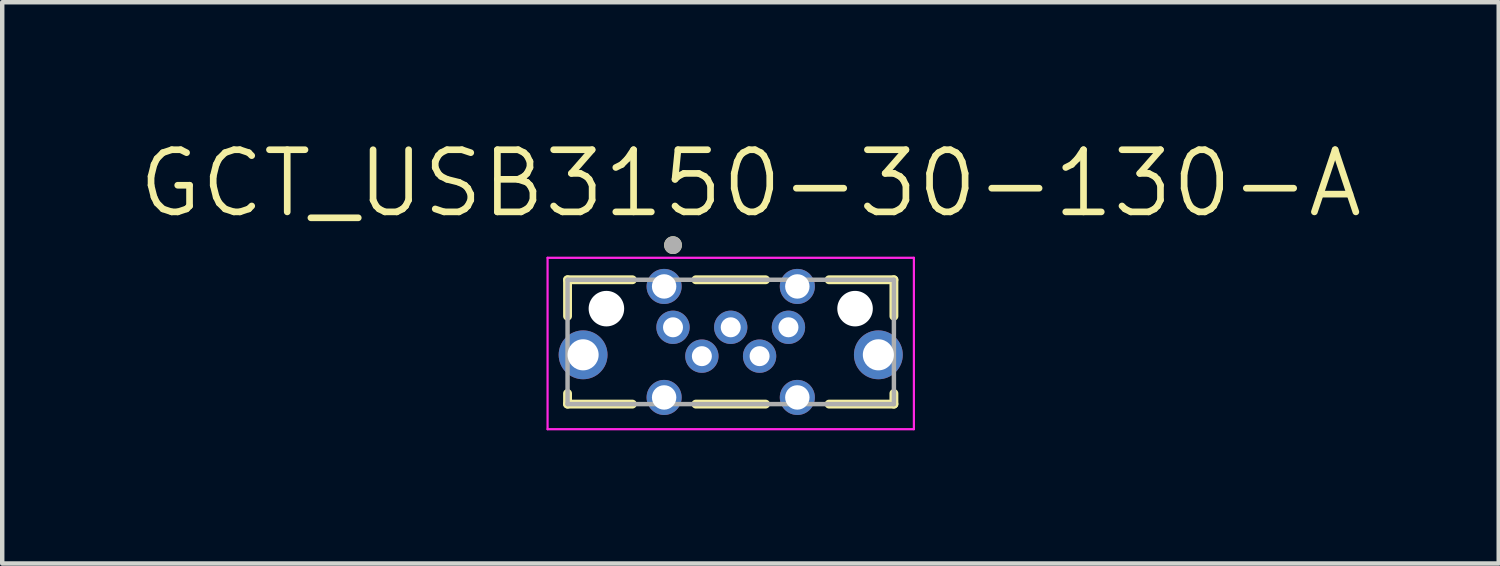
<source format=kicad_pcb>
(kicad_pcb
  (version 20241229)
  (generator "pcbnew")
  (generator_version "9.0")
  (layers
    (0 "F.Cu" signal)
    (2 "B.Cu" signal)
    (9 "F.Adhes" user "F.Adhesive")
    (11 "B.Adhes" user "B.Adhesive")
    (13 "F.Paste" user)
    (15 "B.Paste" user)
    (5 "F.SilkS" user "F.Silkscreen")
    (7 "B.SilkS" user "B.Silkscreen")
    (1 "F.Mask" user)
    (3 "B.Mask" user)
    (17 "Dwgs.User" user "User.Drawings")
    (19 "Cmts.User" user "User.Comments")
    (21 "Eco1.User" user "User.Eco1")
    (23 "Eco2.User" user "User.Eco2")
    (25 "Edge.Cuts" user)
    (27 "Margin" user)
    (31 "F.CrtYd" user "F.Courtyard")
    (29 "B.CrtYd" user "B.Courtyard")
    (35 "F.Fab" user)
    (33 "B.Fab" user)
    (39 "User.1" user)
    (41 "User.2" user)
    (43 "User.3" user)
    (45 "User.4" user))
  (footprint "GCT_USB3150-30-130-A"
    (layer "F.Cu")
    (at 13.407 4.971)
    (property "Reference" "GCT_USB3150-30-130-A" (at 0.445 -3.889 0) (layer "F.SilkS") (effects (font (size 1.4 1.4) (thickness 0.15))))
    (attr through_hole)
    (fp_line (start -3.675 -1.72) (end -3.675 -0.9) (stroke (width 0.2) (type solid)) (layer "F.SilkS"))
    (fp_line (start -3.675 -1.72) (end -2.215 -1.72) (stroke (width 0.2) (type solid)) (layer "F.SilkS"))
    (fp_line (start -3.675 0.84) (end -3.675 1.08) (stroke (width 0.2) (type solid)) (layer "F.SilkS"))
    (fp_line (start -3.675 1.08) (end -2.215 1.08) (stroke (width 0.2) (type solid)) (layer "F.SilkS"))
    (fp_line (start -0.785 -1.72) (end 0.785 -1.72) (stroke (width 0.2) (type solid)) (layer "F.SilkS"))
    (fp_line (start -0.785 1.08) (end 0.785 1.08) (stroke (width 0.2) (type solid)) (layer "F.SilkS"))
    (fp_line (start 2.215 -1.72) (end 3.675 -1.72) (stroke (width 0.2) (type solid)) (layer "F.SilkS"))
    (fp_line (start 2.215 1.08) (end 3.675 1.08) (stroke (width 0.2) (type solid)) (layer "F.SilkS"))
    (fp_line (start 3.675 -1.72) (end 3.675 -0.9) (stroke (width 0.2) (type solid)) (layer "F.SilkS"))
    (fp_line (start 3.675 0.84) (end 3.675 1.08) (stroke (width 0.2) (type solid)) (layer "F.SilkS"))
    (fp_circle (center -1.3 -2.5) (end -1.2 -2.5) (stroke (width 0.2) (type solid)) (fill no) (layer "F.SilkS"))
    (fp_line (start -4.125 -2.215) (end -4.125 1.645) (stroke (width 0.05) (type solid)) (layer "F.CrtYd"))
    (fp_line (start -4.125 -2.215) (end 4.125 -2.215) (stroke (width 0.05) (type solid)) (layer "F.CrtYd"))
    (fp_line (start 4.125 1.645) (end -4.125 1.645) (stroke (width 0.05) (type solid)) (layer "F.CrtYd"))
    (fp_line (start 4.125 1.645) (end 4.125 -2.215) (stroke (width 0.05) (type solid)) (layer "F.CrtYd"))
    (fp_line (start -3.675 -1.72) (end -3.675 1.08) (stroke (width 0.1) (type solid)) (layer "F.Fab"))
    (fp_line (start -3.675 -1.72) (end 3.675 -1.72) (stroke (width 0.1) (type solid)) (layer "F.Fab"))
    (fp_line (start 3.675 1.08) (end -3.675 1.08) (stroke (width 0.1) (type solid)) (layer "F.Fab"))
    (fp_line (start 3.675 1.08) (end 3.675 -1.72) (stroke (width 0.1) (type solid)) (layer "F.Fab"))
    (fp_circle (center -1.3 -2.5) (end -1.2 -2.5) (stroke (width 0.2) (type solid)) (fill no) (layer "F.Fab"))
    (pad "" np_thru_hole circle (at -2.8 -1.07) (size 0.8 0.8) (drill 0.8) (layers "*.Cu" "*.Mask"))
    (pad "" np_thru_hole circle (at 2.8 -1.07) (size 0.8 0.8) (drill 0.8) (layers "*.Cu" "*.Mask"))
    (pad "1" thru_hole circle (at -1.3 -0.65) (size 0.75 0.75) (drill 0.45) (layers "*.Cu" "*.Mask"))
    (pad "2" thru_hole circle (at -0.65 0) (size 0.75 0.75) (drill 0.45) (layers "*.Cu" "*.Mask"))
    (pad "3" thru_hole circle (at 0 -0.65) (size 0.75 0.75) (drill 0.45) (layers "*.Cu" "*.Mask"))
    (pad "4" thru_hole circle (at 0.65 0) (size 0.75 0.75) (drill 0.45) (layers "*.Cu" "*.Mask"))
    (pad "5" thru_hole circle (at 1.3 -0.65) (size 0.75 0.75) (drill 0.45) (layers "*.Cu" "*.Mask"))
    (pad "S1" thru_hole circle (at -1.5 -1.57) (size 0.79 0.79) (drill 0.55) (layers "*.Cu" "*.Mask"))
    (pad "S2" thru_hole circle (at 1.5 -1.57) (size 0.79 0.79) (drill 0.55) (layers "*.Cu" "*.Mask"))
    (pad "S3" thru_hole circle (at -1.5 0.93) (size 0.79 0.79) (drill 0.55) (layers "*.Cu" "*.Mask"))
    (pad "S4" thru_hole circle (at 1.5 0.93) (size 0.79 0.79) (drill 0.55) (layers "*.Cu" "*.Mask"))
    (pad "S5" thru_hole circle (at -3.325 -0.03) (size 1.1 1.1) (drill 0.7) (layers "*.Cu" "*.Mask"))
    (pad "S6" thru_hole circle (at 3.325 -0.03) (size 1.1 1.1) (drill 0.7) (layers "*.Cu" "*.Mask")))
  (gr_rect
    (start -3 -3)
    (end 30.703 9.641)
    (stroke (width 0.1) (type default))
    (fill no)
    (layer "Edge.Cuts")))
</source>
